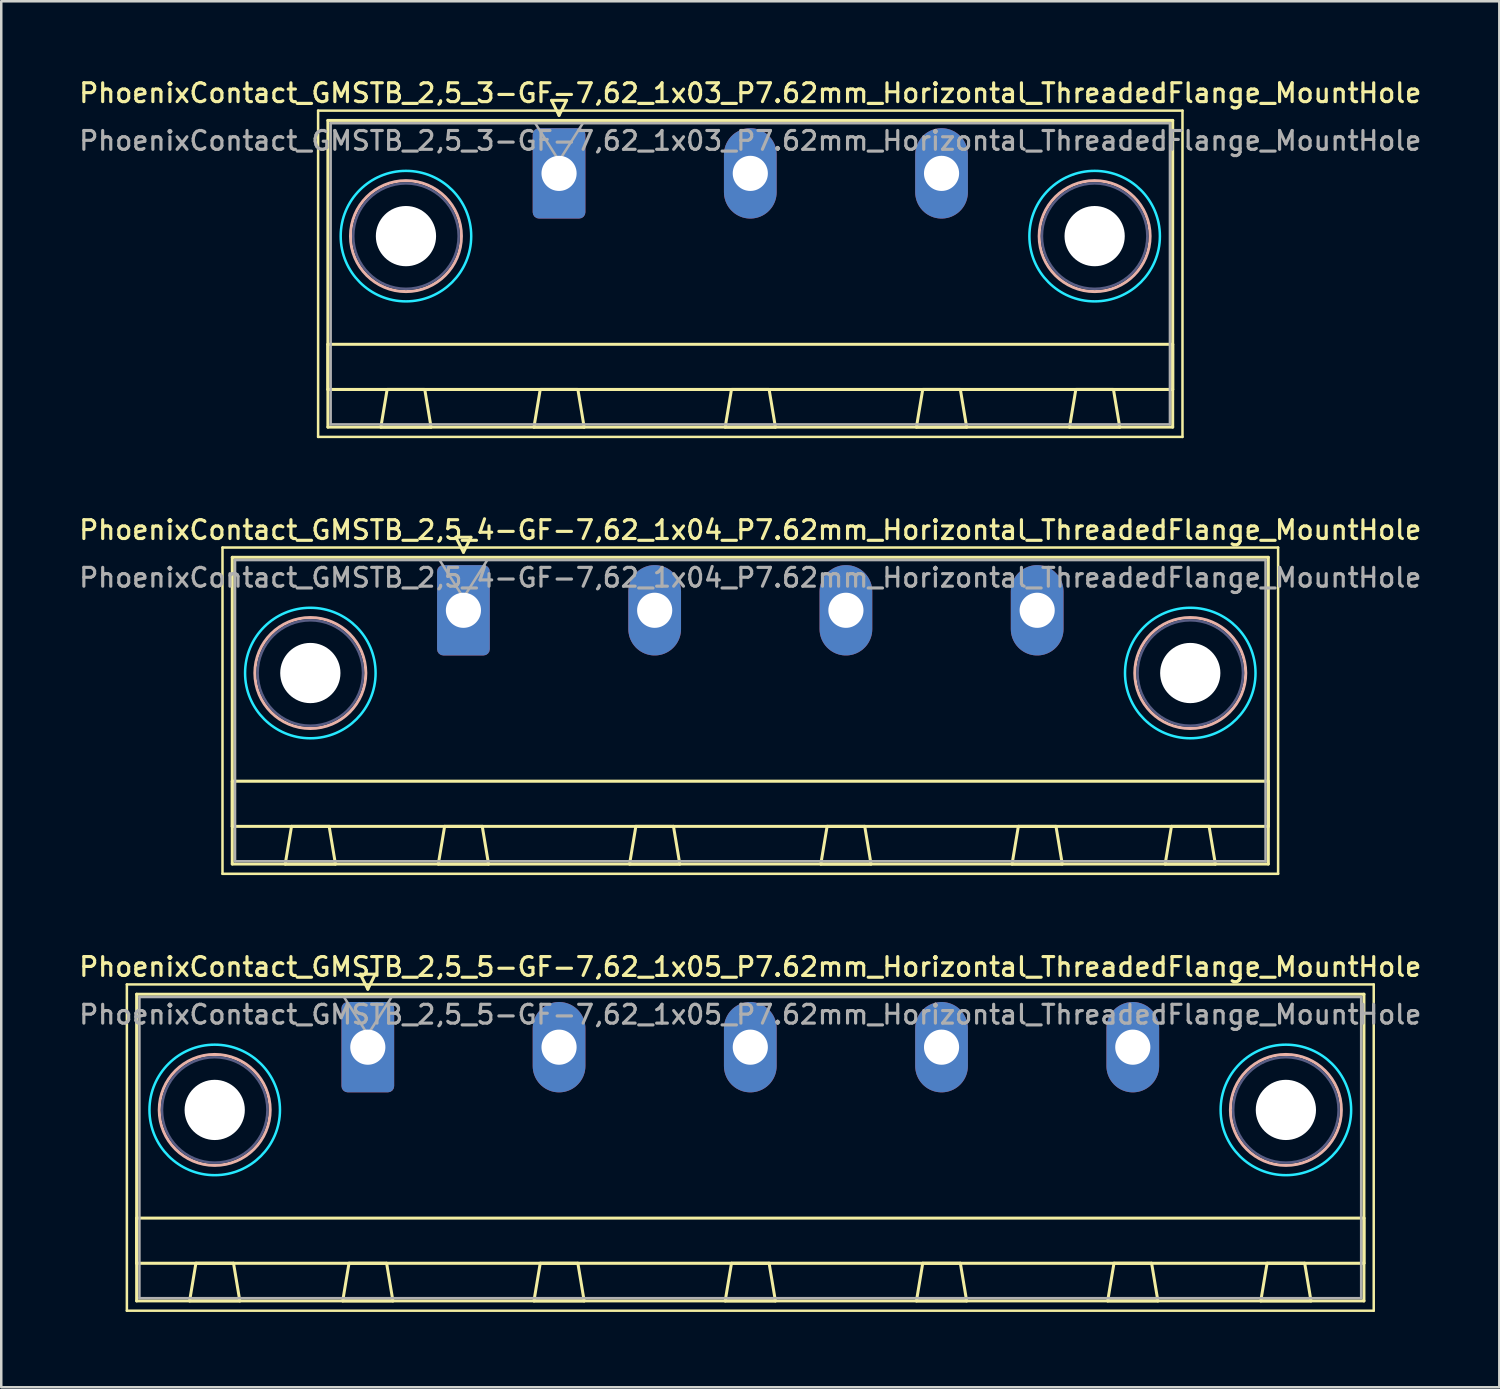
<source format=kicad_pcb>
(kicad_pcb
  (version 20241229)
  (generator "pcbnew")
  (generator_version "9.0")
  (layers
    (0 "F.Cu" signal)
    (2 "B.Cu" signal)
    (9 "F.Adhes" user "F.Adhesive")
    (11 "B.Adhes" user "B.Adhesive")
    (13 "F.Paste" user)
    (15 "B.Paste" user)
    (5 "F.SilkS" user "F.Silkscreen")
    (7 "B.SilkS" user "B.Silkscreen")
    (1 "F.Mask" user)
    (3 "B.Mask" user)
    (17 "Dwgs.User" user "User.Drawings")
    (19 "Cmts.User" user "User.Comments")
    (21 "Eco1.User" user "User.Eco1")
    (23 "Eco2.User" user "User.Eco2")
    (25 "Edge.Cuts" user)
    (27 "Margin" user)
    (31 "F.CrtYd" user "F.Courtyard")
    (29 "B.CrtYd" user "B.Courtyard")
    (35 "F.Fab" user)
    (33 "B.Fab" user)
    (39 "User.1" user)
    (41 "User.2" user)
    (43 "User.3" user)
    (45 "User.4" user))
  (footprint "PhoenixContact_GMSTB_2,5_3-GF-7,62_1x03_P7.62mm_Horizontal_ThreadedFlange_MountHole"
    (layer "F.Cu")
    (at 19.225 3.858)
    (property "Reference" "PhoenixContact_GMSTB_2,5_3-GF-7,62_1x03_P7.62mm_Horizontal_ThreadedFlange_MountHole" (at 7.62 -3.2 0) (layer "F.SilkS") (effects (font (size 0.75 0.75) (thickness 0.125))))
    (attr through_hole)
    (fp_line (start -9.6 -2.5) (end -9.6 10.5) (stroke (width 0.1) (type solid)) (layer "F.SilkS"))
    (fp_line (start -9.6 10.5) (end 24.84 10.5) (stroke (width 0.1) (type solid)) (layer "F.SilkS"))
    (fp_line (start -9.21 -2.11) (end -9.21 10.11) (stroke (width 0.12) (type solid)) (layer "F.SilkS"))
    (fp_line (start -9.21 6.81) (end 24.45 6.81) (stroke (width 0.12) (type solid)) (layer "F.SilkS"))
    (fp_line (start -9.21 8.61) (end -9.21 6.81) (stroke (width 0.12) (type solid)) (layer "F.SilkS"))
    (fp_line (start -9.21 10.11) (end 24.45 10.11) (stroke (width 0.12) (type solid)) (layer "F.SilkS"))
    (fp_line (start -7.1 10.11) (end -5.1 10.11) (stroke (width 0.12) (type solid)) (layer "F.SilkS"))
    (fp_line (start -6.85 8.61) (end -7.1 10.11) (stroke (width 0.12) (type solid)) (layer "F.SilkS"))
    (fp_line (start -5.35 8.61) (end -6.85 8.61) (stroke (width 0.12) (type solid)) (layer "F.SilkS"))
    (fp_line (start -5.1 10.11) (end -5.35 8.61) (stroke (width 0.12) (type solid)) (layer "F.SilkS"))
    (fp_line (start -1 10.11) (end 1 10.11) (stroke (width 0.12) (type solid)) (layer "F.SilkS"))
    (fp_line (start -0.75 8.61) (end -1 10.11) (stroke (width 0.12) (type solid)) (layer "F.SilkS"))
    (fp_line (start -0.3 -2.91) (end 0.3 -2.91) (stroke (width 0.12) (type solid)) (layer "F.SilkS"))
    (fp_line (start 0 -2.31) (end -0.3 -2.91) (stroke (width 0.12) (type solid)) (layer "F.SilkS"))
    (fp_line (start 0.3 -2.91) (end 0 -2.31) (stroke (width 0.12) (type solid)) (layer "F.SilkS"))
    (fp_line (start 0.75 8.61) (end -0.75 8.61) (stroke (width 0.12) (type solid)) (layer "F.SilkS"))
    (fp_line (start 1 10.11) (end 0.75 8.61) (stroke (width 0.12) (type solid)) (layer "F.SilkS"))
    (fp_line (start 6.62 10.11) (end 8.62 10.11) (stroke (width 0.12) (type solid)) (layer "F.SilkS"))
    (fp_line (start 6.87 8.61) (end 6.62 10.11) (stroke (width 0.12) (type solid)) (layer "F.SilkS"))
    (fp_line (start 8.37 8.61) (end 6.87 8.61) (stroke (width 0.12) (type solid)) (layer "F.SilkS"))
    (fp_line (start 8.62 10.11) (end 8.37 8.61) (stroke (width 0.12) (type solid)) (layer "F.SilkS"))
    (fp_line (start 14.24 10.11) (end 16.24 10.11) (stroke (width 0.12) (type solid)) (layer "F.SilkS"))
    (fp_line (start 14.49 8.61) (end 14.24 10.11) (stroke (width 0.12) (type solid)) (layer "F.SilkS"))
    (fp_line (start 15.99 8.61) (end 14.49 8.61) (stroke (width 0.12) (type solid)) (layer "F.SilkS"))
    (fp_line (start 16.24 10.11) (end 15.99 8.61) (stroke (width 0.12) (type solid)) (layer "F.SilkS"))
    (fp_line (start 20.34 10.11) (end 22.34 10.11) (stroke (width 0.12) (type solid)) (layer "F.SilkS"))
    (fp_line (start 20.59 8.61) (end 20.34 10.11) (stroke (width 0.12) (type solid)) (layer "F.SilkS"))
    (fp_line (start 22.09 8.61) (end 20.59 8.61) (stroke (width 0.12) (type solid)) (layer "F.SilkS"))
    (fp_line (start 22.34 10.11) (end 22.09 8.61) (stroke (width 0.12) (type solid)) (layer "F.SilkS"))
    (fp_line (start 24.45 -2.11) (end -9.21 -2.11) (stroke (width 0.12) (type solid)) (layer "F.SilkS"))
    (fp_line (start 24.45 6.81) (end 24.45 8.61) (stroke (width 0.12) (type solid)) (layer "F.SilkS"))
    (fp_line (start 24.45 8.61) (end -9.21 8.61) (stroke (width 0.12) (type solid)) (layer "F.SilkS"))
    (fp_line (start 24.45 10.11) (end 24.45 -2.11) (stroke (width 0.12) (type solid)) (layer "F.SilkS"))
    (fp_line (start 24.84 -2.5) (end -9.6 -2.5) (stroke (width 0.1) (type solid)) (layer "F.SilkS"))
    (fp_line (start 24.84 10.5) (end 24.84 -2.5) (stroke (width 0.1) (type solid)) (layer "F.SilkS"))
    (fp_circle (center -6.1 2.5) (end -3.89 2.5) (stroke (width 0.12) (type solid)) (fill no) (layer "B.SilkS"))
    (fp_circle (center 21.34 2.5) (end 23.55 2.5) (stroke (width 0.12) (type solid)) (fill no) (layer "B.SilkS"))
    (fp_circle (center -6.1 2.5) (end -3.5 2.5) (stroke (width 0.1) (type solid)) (fill no) (layer "B.CrtYd"))
    (fp_circle (center 21.34 2.5) (end 23.94 2.5) (stroke (width 0.1) (type solid)) (fill no) (layer "B.CrtYd"))
    (fp_circle (center -6.1 2.5) (end -4 2.5) (stroke (width 0.1) (type solid)) (fill no) (layer "B.Fab"))
    (fp_circle (center 21.34 2.5) (end 23.44 2.5) (stroke (width 0.1) (type solid)) (fill no) (layer "B.Fab"))
    (fp_line (start -9.1 -2) (end -9.1 10) (stroke (width 0.1) (type solid)) (layer "F.Fab"))
    (fp_line (start -9.1 10) (end 24.34 10) (stroke (width 0.1) (type solid)) (layer "F.Fab"))
    (fp_line (start 0 -0.5) (end -0.95 -2) (stroke (width 0.1) (type solid)) (layer "F.Fab"))
    (fp_line (start 0.95 -2) (end 0 -0.5) (stroke (width 0.1) (type solid)) (layer "F.Fab"))
    (fp_line (start 24.34 -2) (end -9.1 -2) (stroke (width 0.1) (type solid)) (layer "F.Fab"))
    (fp_line (start 24.34 10) (end 24.34 -2) (stroke (width 0.1) (type solid)) (layer "F.Fab"))
    (fp_text user "${REFERENCE}" (at 7.62 -1.3 0) (layer "F.Fab") (effects (font (size 0.75 0.75) (thickness 0.125))))
    (pad "" np_thru_hole circle (at -6.1 2.5) (size 2.4 2.4) (drill 2.4) (layers "*.Cu" "*.Mask"))
    (pad "" np_thru_hole circle (at 21.34 2.5) (size 2.4 2.4) (drill 2.4) (layers "*.Cu" "*.Mask"))
    (pad "1" thru_hole roundrect (at 0 0) (size 2.1 3.6) (drill 1.4) (layers "*.Cu" "*.Mask") (roundrect_rratio 0.119))
    (pad "2" thru_hole oval (at 7.62 0) (size 2.1 3.6) (drill 1.4) (layers "*.Cu" "*.Mask"))
    (pad "3" thru_hole oval (at 15.24 0) (size 2.1 3.6) (drill 1.4) (layers "*.Cu" "*.Mask")))
  (footprint "PhoenixContact_GMSTB_2,5_5-GF-7,62_1x05_P7.62mm_Horizontal_ThreadedFlange_MountHole"
    (layer "F.Cu")
    (at 11.605 38.674)
    (property "Reference" "PhoenixContact_GMSTB_2,5_5-GF-7,62_1x05_P7.62mm_Horizontal_ThreadedFlange_MountHole" (at 15.24 -3.2 0) (layer "F.SilkS") (effects (font (size 0.75 0.75) (thickness 0.125))))
    (attr through_hole)
    (fp_line (start -9.6 -2.5) (end -9.6 10.5) (stroke (width 0.1) (type solid)) (layer "F.SilkS"))
    (fp_line (start -9.6 10.5) (end 40.08 10.5) (stroke (width 0.1) (type solid)) (layer "F.SilkS"))
    (fp_line (start -9.21 -2.11) (end -9.21 10.11) (stroke (width 0.12) (type solid)) (layer "F.SilkS"))
    (fp_line (start -9.21 6.81) (end 39.69 6.81) (stroke (width 0.12) (type solid)) (layer "F.SilkS"))
    (fp_line (start -9.21 8.61) (end -9.21 6.81) (stroke (width 0.12) (type solid)) (layer "F.SilkS"))
    (fp_line (start -9.21 10.11) (end 39.69 10.11) (stroke (width 0.12) (type solid)) (layer "F.SilkS"))
    (fp_line (start -7.1 10.11) (end -5.1 10.11) (stroke (width 0.12) (type solid)) (layer "F.SilkS"))
    (fp_line (start -6.85 8.61) (end -7.1 10.11) (stroke (width 0.12) (type solid)) (layer "F.SilkS"))
    (fp_line (start -5.35 8.61) (end -6.85 8.61) (stroke (width 0.12) (type solid)) (layer "F.SilkS"))
    (fp_line (start -5.1 10.11) (end -5.35 8.61) (stroke (width 0.12) (type solid)) (layer "F.SilkS"))
    (fp_line (start -1 10.11) (end 1 10.11) (stroke (width 0.12) (type solid)) (layer "F.SilkS"))
    (fp_line (start -0.75 8.61) (end -1 10.11) (stroke (width 0.12) (type solid)) (layer "F.SilkS"))
    (fp_line (start -0.3 -2.91) (end 0.3 -2.91) (stroke (width 0.12) (type solid)) (layer "F.SilkS"))
    (fp_line (start 0 -2.31) (end -0.3 -2.91) (stroke (width 0.12) (type solid)) (layer "F.SilkS"))
    (fp_line (start 0.3 -2.91) (end 0 -2.31) (stroke (width 0.12) (type solid)) (layer "F.SilkS"))
    (fp_line (start 0.75 8.61) (end -0.75 8.61) (stroke (width 0.12) (type solid)) (layer "F.SilkS"))
    (fp_line (start 1 10.11) (end 0.75 8.61) (stroke (width 0.12) (type solid)) (layer "F.SilkS"))
    (fp_line (start 6.62 10.11) (end 8.62 10.11) (stroke (width 0.12) (type solid)) (layer "F.SilkS"))
    (fp_line (start 6.87 8.61) (end 6.62 10.11) (stroke (width 0.12) (type solid)) (layer "F.SilkS"))
    (fp_line (start 8.37 8.61) (end 6.87 8.61) (stroke (width 0.12) (type solid)) (layer "F.SilkS"))
    (fp_line (start 8.62 10.11) (end 8.37 8.61) (stroke (width 0.12) (type solid)) (layer "F.SilkS"))
    (fp_line (start 14.24 10.11) (end 16.24 10.11) (stroke (width 0.12) (type solid)) (layer "F.SilkS"))
    (fp_line (start 14.49 8.61) (end 14.24 10.11) (stroke (width 0.12) (type solid)) (layer "F.SilkS"))
    (fp_line (start 15.99 8.61) (end 14.49 8.61) (stroke (width 0.12) (type solid)) (layer "F.SilkS"))
    (fp_line (start 16.24 10.11) (end 15.99 8.61) (stroke (width 0.12) (type solid)) (layer "F.SilkS"))
    (fp_line (start 21.86 10.11) (end 23.86 10.11) (stroke (width 0.12) (type solid)) (layer "F.SilkS"))
    (fp_line (start 22.11 8.61) (end 21.86 10.11) (stroke (width 0.12) (type solid)) (layer "F.SilkS"))
    (fp_line (start 23.61 8.61) (end 22.11 8.61) (stroke (width 0.12) (type solid)) (layer "F.SilkS"))
    (fp_line (start 23.86 10.11) (end 23.61 8.61) (stroke (width 0.12) (type solid)) (layer "F.SilkS"))
    (fp_line (start 29.48 10.11) (end 31.48 10.11) (stroke (width 0.12) (type solid)) (layer "F.SilkS"))
    (fp_line (start 29.73 8.61) (end 29.48 10.11) (stroke (width 0.12) (type solid)) (layer "F.SilkS"))
    (fp_line (start 31.23 8.61) (end 29.73 8.61) (stroke (width 0.12) (type solid)) (layer "F.SilkS"))
    (fp_line (start 31.48 10.11) (end 31.23 8.61) (stroke (width 0.12) (type solid)) (layer "F.SilkS"))
    (fp_line (start 35.58 10.11) (end 37.58 10.11) (stroke (width 0.12) (type solid)) (layer "F.SilkS"))
    (fp_line (start 35.83 8.61) (end 35.58 10.11) (stroke (width 0.12) (type solid)) (layer "F.SilkS"))
    (fp_line (start 37.33 8.61) (end 35.83 8.61) (stroke (width 0.12) (type solid)) (layer "F.SilkS"))
    (fp_line (start 37.58 10.11) (end 37.33 8.61) (stroke (width 0.12) (type solid)) (layer "F.SilkS"))
    (fp_line (start 39.69 -2.11) (end -9.21 -2.11) (stroke (width 0.12) (type solid)) (layer "F.SilkS"))
    (fp_line (start 39.69 6.81) (end 39.69 8.61) (stroke (width 0.12) (type solid)) (layer "F.SilkS"))
    (fp_line (start 39.69 8.61) (end -9.21 8.61) (stroke (width 0.12) (type solid)) (layer "F.SilkS"))
    (fp_line (start 39.69 10.11) (end 39.69 -2.11) (stroke (width 0.12) (type solid)) (layer "F.SilkS"))
    (fp_line (start 40.08 -2.5) (end -9.6 -2.5) (stroke (width 0.1) (type solid)) (layer "F.SilkS"))
    (fp_line (start 40.08 10.5) (end 40.08 -2.5) (stroke (width 0.1) (type solid)) (layer "F.SilkS"))
    (fp_circle (center -6.1 2.5) (end -3.89 2.5) (stroke (width 0.12) (type solid)) (fill no) (layer "B.SilkS"))
    (fp_circle (center 36.58 2.5) (end 38.79 2.5) (stroke (width 0.12) (type solid)) (fill no) (layer "B.SilkS"))
    (fp_circle (center -6.1 2.5) (end -3.5 2.5) (stroke (width 0.1) (type solid)) (fill no) (layer "B.CrtYd"))
    (fp_circle (center 36.58 2.5) (end 39.18 2.5) (stroke (width 0.1) (type solid)) (fill no) (layer "B.CrtYd"))
    (fp_circle (center -6.1 2.5) (end -4 2.5) (stroke (width 0.1) (type solid)) (fill no) (layer "B.Fab"))
    (fp_circle (center 36.58 2.5) (end 38.68 2.5) (stroke (width 0.1) (type solid)) (fill no) (layer "B.Fab"))
    (fp_line (start -9.1 -2) (end -9.1 10) (stroke (width 0.1) (type solid)) (layer "F.Fab"))
    (fp_line (start -9.1 10) (end 39.58 10) (stroke (width 0.1) (type solid)) (layer "F.Fab"))
    (fp_line (start 0 -0.5) (end -0.95 -2) (stroke (width 0.1) (type solid)) (layer "F.Fab"))
    (fp_line (start 0.95 -2) (end 0 -0.5) (stroke (width 0.1) (type solid)) (layer "F.Fab"))
    (fp_line (start 39.58 -2) (end -9.1 -2) (stroke (width 0.1) (type solid)) (layer "F.Fab"))
    (fp_line (start 39.58 10) (end 39.58 -2) (stroke (width 0.1) (type solid)) (layer "F.Fab"))
    (fp_text user "${REFERENCE}" (at 15.24 -1.3 0) (layer "F.Fab") (effects (font (size 0.75 0.75) (thickness 0.125))))
    (pad "" np_thru_hole circle (at -6.1 2.5) (size 2.4 2.4) (drill 2.4) (layers "*.Cu" "*.Mask"))
    (pad "" np_thru_hole circle (at 36.58 2.5) (size 2.4 2.4) (drill 2.4) (layers "*.Cu" "*.Mask"))
    (pad "1" thru_hole roundrect (at 0 0) (size 2.1 3.6) (drill 1.4) (layers "*.Cu" "*.Mask") (roundrect_rratio 0.119))
    (pad "2" thru_hole oval (at 7.62 0) (size 2.1 3.6) (drill 1.4) (layers "*.Cu" "*.Mask"))
    (pad "3" thru_hole oval (at 15.24 0) (size 2.1 3.6) (drill 1.4) (layers "*.Cu" "*.Mask"))
    (pad "4" thru_hole oval (at 22.86 0) (size 2.1 3.6) (drill 1.4) (layers "*.Cu" "*.Mask"))
    (pad "5" thru_hole oval (at 30.48 0) (size 2.1 3.6) (drill 1.4) (layers "*.Cu" "*.Mask")))
  (footprint "PhoenixContact_GMSTB_2,5_4-GF-7,62_1x04_P7.62mm_Horizontal_ThreadedFlange_MountHole"
    (layer "F.Cu")
    (at 15.415 21.266)
    (property "Reference" "PhoenixContact_GMSTB_2,5_4-GF-7,62_1x04_P7.62mm_Horizontal_ThreadedFlange_MountHole" (at 11.43 -3.2 0) (layer "F.SilkS") (effects (font (size 0.75 0.75) (thickness 0.125))))
    (attr through_hole)
    (fp_line (start -9.6 -2.5) (end -9.6 10.5) (stroke (width 0.1) (type solid)) (layer "F.SilkS"))
    (fp_line (start -9.6 10.5) (end 32.46 10.5) (stroke (width 0.1) (type solid)) (layer "F.SilkS"))
    (fp_line (start -9.21 -2.11) (end -9.21 10.11) (stroke (width 0.12) (type solid)) (layer "F.SilkS"))
    (fp_line (start -9.21 6.81) (end 32.07 6.81) (stroke (width 0.12) (type solid)) (layer "F.SilkS"))
    (fp_line (start -9.21 8.61) (end -9.21 6.81) (stroke (width 0.12) (type solid)) (layer "F.SilkS"))
    (fp_line (start -9.21 10.11) (end 32.07 10.11) (stroke (width 0.12) (type solid)) (layer "F.SilkS"))
    (fp_line (start -7.1 10.11) (end -5.1 10.11) (stroke (width 0.12) (type solid)) (layer "F.SilkS"))
    (fp_line (start -6.85 8.61) (end -7.1 10.11) (stroke (width 0.12) (type solid)) (layer "F.SilkS"))
    (fp_line (start -5.35 8.61) (end -6.85 8.61) (stroke (width 0.12) (type solid)) (layer "F.SilkS"))
    (fp_line (start -5.1 10.11) (end -5.35 8.61) (stroke (width 0.12) (type solid)) (layer "F.SilkS"))
    (fp_line (start -1 10.11) (end 1 10.11) (stroke (width 0.12) (type solid)) (layer "F.SilkS"))
    (fp_line (start -0.75 8.61) (end -1 10.11) (stroke (width 0.12) (type solid)) (layer "F.SilkS"))
    (fp_line (start -0.3 -2.91) (end 0.3 -2.91) (stroke (width 0.12) (type solid)) (layer "F.SilkS"))
    (fp_line (start 0 -2.31) (end -0.3 -2.91) (stroke (width 0.12) (type solid)) (layer "F.SilkS"))
    (fp_line (start 0.3 -2.91) (end 0 -2.31) (stroke (width 0.12) (type solid)) (layer "F.SilkS"))
    (fp_line (start 0.75 8.61) (end -0.75 8.61) (stroke (width 0.12) (type solid)) (layer "F.SilkS"))
    (fp_line (start 1 10.11) (end 0.75 8.61) (stroke (width 0.12) (type solid)) (layer "F.SilkS"))
    (fp_line (start 6.62 10.11) (end 8.62 10.11) (stroke (width 0.12) (type solid)) (layer "F.SilkS"))
    (fp_line (start 6.87 8.61) (end 6.62 10.11) (stroke (width 0.12) (type solid)) (layer "F.SilkS"))
    (fp_line (start 8.37 8.61) (end 6.87 8.61) (stroke (width 0.12) (type solid)) (layer "F.SilkS"))
    (fp_line (start 8.62 10.11) (end 8.37 8.61) (stroke (width 0.12) (type solid)) (layer "F.SilkS"))
    (fp_line (start 14.24 10.11) (end 16.24 10.11) (stroke (width 0.12) (type solid)) (layer "F.SilkS"))
    (fp_line (start 14.49 8.61) (end 14.24 10.11) (stroke (width 0.12) (type solid)) (layer "F.SilkS"))
    (fp_line (start 15.99 8.61) (end 14.49 8.61) (stroke (width 0.12) (type solid)) (layer "F.SilkS"))
    (fp_line (start 16.24 10.11) (end 15.99 8.61) (stroke (width 0.12) (type solid)) (layer "F.SilkS"))
    (fp_line (start 21.86 10.11) (end 23.86 10.11) (stroke (width 0.12) (type solid)) (layer "F.SilkS"))
    (fp_line (start 22.11 8.61) (end 21.86 10.11) (stroke (width 0.12) (type solid)) (layer "F.SilkS"))
    (fp_line (start 23.61 8.61) (end 22.11 8.61) (stroke (width 0.12) (type solid)) (layer "F.SilkS"))
    (fp_line (start 23.86 10.11) (end 23.61 8.61) (stroke (width 0.12) (type solid)) (layer "F.SilkS"))
    (fp_line (start 27.96 10.11) (end 29.96 10.11) (stroke (width 0.12) (type solid)) (layer "F.SilkS"))
    (fp_line (start 28.21 8.61) (end 27.96 10.11) (stroke (width 0.12) (type solid)) (layer "F.SilkS"))
    (fp_line (start 29.71 8.61) (end 28.21 8.61) (stroke (width 0.12) (type solid)) (layer "F.SilkS"))
    (fp_line (start 29.96 10.11) (end 29.71 8.61) (stroke (width 0.12) (type solid)) (layer "F.SilkS"))
    (fp_line (start 32.07 -2.11) (end -9.21 -2.11) (stroke (width 0.12) (type solid)) (layer "F.SilkS"))
    (fp_line (start 32.07 6.81) (end 32.07 8.61) (stroke (width 0.12) (type solid)) (layer "F.SilkS"))
    (fp_line (start 32.07 8.61) (end -9.21 8.61) (stroke (width 0.12) (type solid)) (layer "F.SilkS"))
    (fp_line (start 32.07 10.11) (end 32.07 -2.11) (stroke (width 0.12) (type solid)) (layer "F.SilkS"))
    (fp_line (start 32.46 -2.5) (end -9.6 -2.5) (stroke (width 0.1) (type solid)) (layer "F.SilkS"))
    (fp_line (start 32.46 10.5) (end 32.46 -2.5) (stroke (width 0.1) (type solid)) (layer "F.SilkS"))
    (fp_circle (center -6.1 2.5) (end -3.89 2.5) (stroke (width 0.12) (type solid)) (fill no) (layer "B.SilkS"))
    (fp_circle (center 28.96 2.5) (end 31.17 2.5) (stroke (width 0.12) (type solid)) (fill no) (layer "B.SilkS"))
    (fp_circle (center -6.1 2.5) (end -3.5 2.5) (stroke (width 0.1) (type solid)) (fill no) (layer "B.CrtYd"))
    (fp_circle (center 28.96 2.5) (end 31.56 2.5) (stroke (width 0.1) (type solid)) (fill no) (layer "B.CrtYd"))
    (fp_circle (center -6.1 2.5) (end -4 2.5) (stroke (width 0.1) (type solid)) (fill no) (layer "B.Fab"))
    (fp_circle (center 28.96 2.5) (end 31.06 2.5) (stroke (width 0.1) (type solid)) (fill no) (layer "B.Fab"))
    (fp_line (start -9.1 -2) (end -9.1 10) (stroke (width 0.1) (type solid)) (layer "F.Fab"))
    (fp_line (start -9.1 10) (end 31.96 10) (stroke (width 0.1) (type solid)) (layer "F.Fab"))
    (fp_line (start 0 -0.5) (end -0.95 -2) (stroke (width 0.1) (type solid)) (layer "F.Fab"))
    (fp_line (start 0.95 -2) (end 0 -0.5) (stroke (width 0.1) (type solid)) (layer "F.Fab"))
    (fp_line (start 31.96 -2) (end -9.1 -2) (stroke (width 0.1) (type solid)) (layer "F.Fab"))
    (fp_line (start 31.96 10) (end 31.96 -2) (stroke (width 0.1) (type solid)) (layer "F.Fab"))
    (fp_text user "${REFERENCE}" (at 11.43 -1.3 0) (layer "F.Fab") (effects (font (size 0.75 0.75) (thickness 0.125))))
    (pad "" np_thru_hole circle (at -6.1 2.5) (size 2.4 2.4) (drill 2.4) (layers "*.Cu" "*.Mask"))
    (pad "" np_thru_hole circle (at 28.96 2.5) (size 2.4 2.4) (drill 2.4) (layers "*.Cu" "*.Mask"))
    (pad "1" thru_hole roundrect (at 0 0) (size 2.1 3.6) (drill 1.4) (layers "*.Cu" "*.Mask") (roundrect_rratio 0.119))
    (pad "2" thru_hole oval (at 7.62 0) (size 2.1 3.6) (drill 1.4) (layers "*.Cu" "*.Mask"))
    (pad "3" thru_hole oval (at 15.24 0) (size 2.1 3.6) (drill 1.4) (layers "*.Cu" "*.Mask"))
    (pad "4" thru_hole oval (at 22.86 0) (size 2.1 3.6) (drill 1.4) (layers "*.Cu" "*.Mask")))
  (gr_rect
    (start -3 -3)
    (end 56.689 52.224)
    (stroke (width 0.1) (type default))
    (fill no)
    (layer "Edge.Cuts")))
</source>
